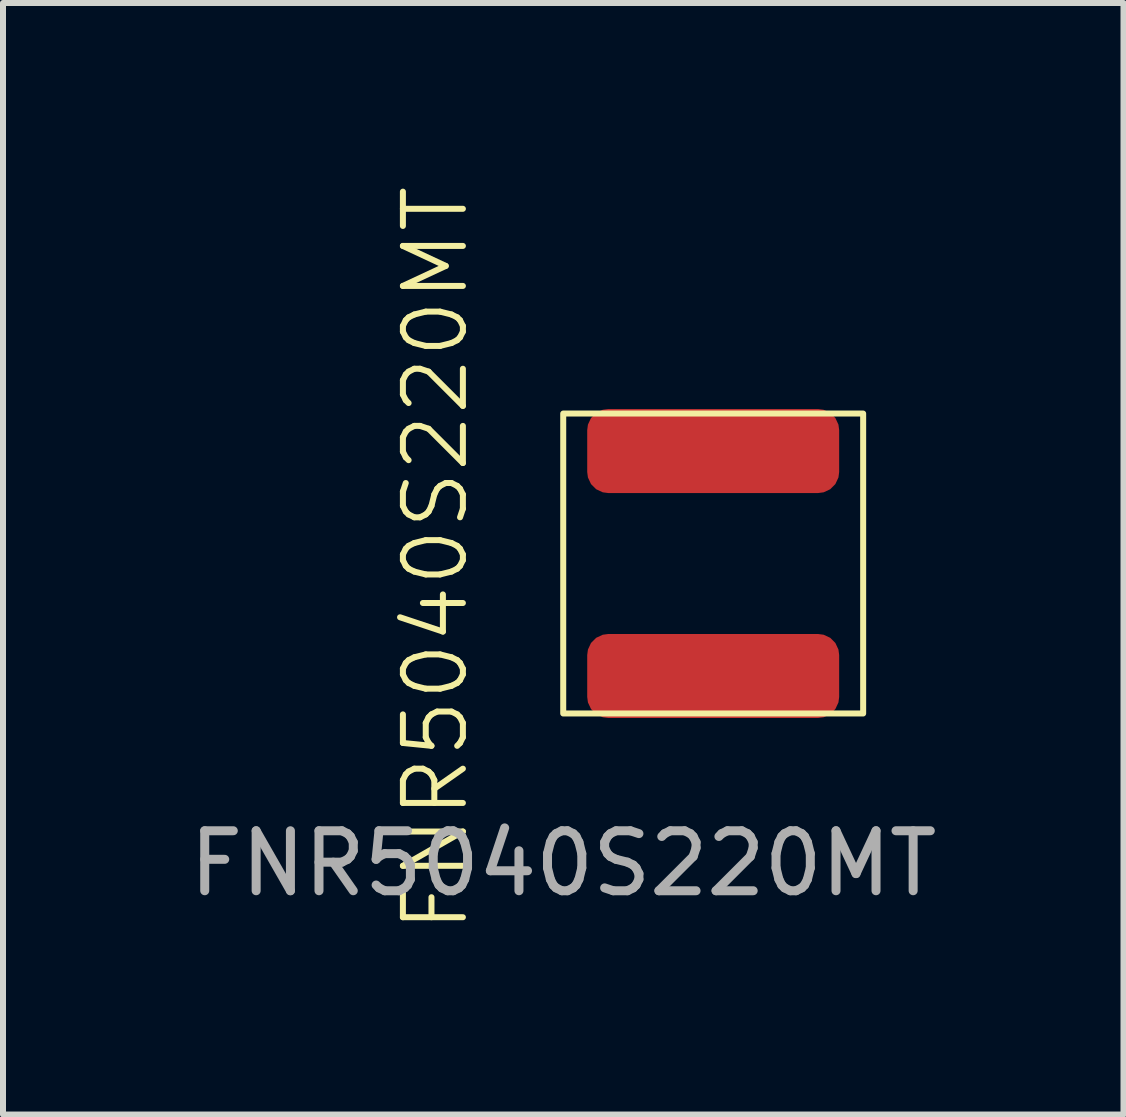
<source format=kicad_pcb>
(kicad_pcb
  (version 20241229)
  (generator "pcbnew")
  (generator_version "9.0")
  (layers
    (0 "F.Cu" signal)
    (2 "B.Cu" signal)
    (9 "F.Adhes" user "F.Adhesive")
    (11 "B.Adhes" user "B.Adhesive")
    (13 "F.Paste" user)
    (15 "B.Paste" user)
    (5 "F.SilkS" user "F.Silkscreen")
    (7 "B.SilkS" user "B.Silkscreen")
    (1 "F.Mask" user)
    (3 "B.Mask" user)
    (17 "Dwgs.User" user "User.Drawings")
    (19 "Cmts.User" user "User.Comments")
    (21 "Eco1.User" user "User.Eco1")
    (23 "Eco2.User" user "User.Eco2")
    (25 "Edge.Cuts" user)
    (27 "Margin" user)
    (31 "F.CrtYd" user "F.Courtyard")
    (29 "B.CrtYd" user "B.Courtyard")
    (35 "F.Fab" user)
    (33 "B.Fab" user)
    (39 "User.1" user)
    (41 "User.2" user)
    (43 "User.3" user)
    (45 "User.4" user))
  (footprint "FNR5040S220MT"
    (layer "F.Cu")
    (at 6.339 8.844)
    (property "Reference" "FNR5040S220MT" (at -2.13 -2.58 90) (unlocked yes) (layer "F.SilkS") (effects (font (size 1 1) (thickness 0.1))))
    (attr smd)
    (fp_rect (start 0 -5) (end 5 0) (stroke (width 0.1) (type default)) (fill no) (layer "F.SilkS"))
    (fp_text user "${REFERENCE}" (at 0 2.5 0) (unlocked yes) (layer "F.Fab") (effects (font (size 1 1) (thickness 0.15))))
    (pad "1" smd roundrect (at 2.5 -0.625) (size 4.2 1.4) (layers "F.Cu" "F.Mask" "F.Paste") (roundrect_rratio 0.25))
    (pad "2" smd roundrect (at 2.5 -4.375) (size 4.2 1.4) (layers "F.Cu" "F.Mask" "F.Paste") (roundrect_rratio 0.25)))
  (gr_rect
    (start -3 -3)
    (end 15.679 15.529)
    (stroke (width 0.1) (type default))
    (fill no)
    (layer "Edge.Cuts")))
</source>
